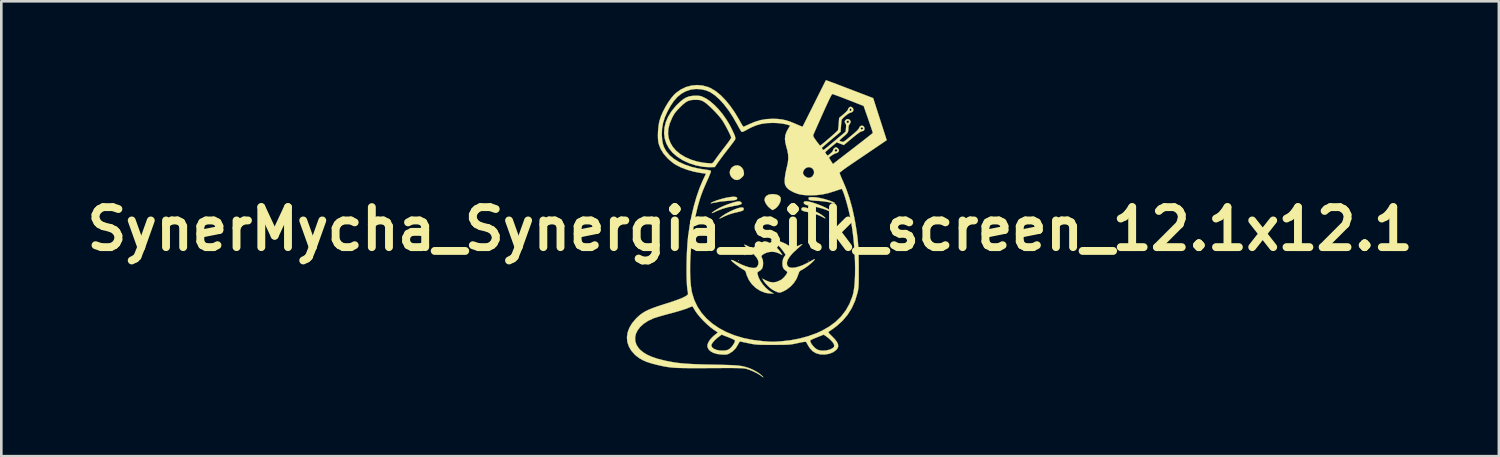
<source format=kicad_pcb>
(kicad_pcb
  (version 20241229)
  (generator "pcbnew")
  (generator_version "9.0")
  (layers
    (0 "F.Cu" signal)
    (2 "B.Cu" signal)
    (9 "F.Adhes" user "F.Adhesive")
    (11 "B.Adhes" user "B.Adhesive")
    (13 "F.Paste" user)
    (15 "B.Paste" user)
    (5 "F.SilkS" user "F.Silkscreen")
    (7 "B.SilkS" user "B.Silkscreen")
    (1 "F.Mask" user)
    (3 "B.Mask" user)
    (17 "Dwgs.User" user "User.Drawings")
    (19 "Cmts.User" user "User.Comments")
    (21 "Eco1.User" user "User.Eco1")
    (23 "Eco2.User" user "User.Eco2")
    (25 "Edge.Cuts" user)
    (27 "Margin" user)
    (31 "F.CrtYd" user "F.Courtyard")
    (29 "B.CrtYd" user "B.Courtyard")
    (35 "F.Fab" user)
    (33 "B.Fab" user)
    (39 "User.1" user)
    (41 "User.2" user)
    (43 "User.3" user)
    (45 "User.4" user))
  (footprint "SynerMycha_Synergia_silk_screen_12.1x12.1"
    (layer "F.Cu")
    (at 25.516 5.672)
    (property "Reference" "SynerMycha_Synergia_silk_screen_12.1x12.1" (at 0 0 0) (layer "F.SilkS") (effects (font (size 1.524 1.524) (thickness 0.3))))
    (attr through_hole)
    (fp_poly (pts (xy -0.423 1.196) (xy -0.434 1.206) (xy -0.445 1.196) (xy -0.434 1.185) (xy -0.423 1.196)) (stroke (width 0.01) (type solid)) (fill yes) (layer "F.SilkS"))
    (fp_poly (pts (xy -0.191 0.984) (xy -0.201 0.995) (xy -0.212 0.984) (xy -0.201 0.974) (xy -0.191 0.984)) (stroke (width 0.01) (type solid)) (fill yes) (layer "F.SilkS"))
    (fp_poly (pts (xy 2.223 1.217) (xy 2.212 1.228) (xy 2.201 1.217) (xy 2.212 1.206) (xy 2.223 1.217)) (stroke (width 0.01) (type solid)) (fill yes) (layer "F.SilkS"))
    (fp_poly (pts (xy -0.386 -2.397) (xy -0.312 -2.337) (xy -0.26 -2.253) (xy -0.238 -2.162) (xy -0.234 -2.099) (xy -0.243 -2.055) (xy -0.27 -2.013) (xy -0.31 -1.969) (xy -0.398 -1.896) (xy -0.486 -1.866) (xy -0.576 -1.878) (xy -0.635 -1.909) (xy -0.716 -1.984) (xy -0.763 -2.073) (xy -0.775 -2.166) (xy -0.755 -2.256) (xy -0.704 -2.335) (xy -0.621 -2.396) (xy -0.568 -2.416) (xy -0.474 -2.425) (xy -0.386 -2.397)) (stroke (width 0.01) (type solid)) (fill yes) (layer "F.SilkS"))
    (fp_poly (pts (xy 0.916 -1.327) (xy 1.032 -1.305) (xy 1.114 -1.262) (xy 1.16 -1.2) (xy 1.165 -1.183) (xy 1.166 -1.102) (xy 1.139 -1.008) (xy 1.088 -0.914) (xy 1.021 -0.83) (xy 0.945 -0.769) (xy 0.932 -0.763) (xy 0.851 -0.721) (xy 0.763 -0.785) (xy 0.687 -0.853) (xy 0.622 -0.936) (xy 0.574 -1.022) (xy 0.551 -1.099) (xy 0.55 -1.113) (xy 0.569 -1.198) (xy 0.623 -1.264) (xy 0.707 -1.309) (xy 0.818 -1.329) (xy 0.916 -1.327)) (stroke (width 0.01) (type solid)) (fill yes) (layer "F.SilkS"))
    (fp_poly (pts (xy -0.522 -1.214) (xy -0.499 -1.192) (xy -0.493 -1.156) (xy -0.511 -1.129) (xy -0.556 -1.108) (xy -0.632 -1.093) (xy -0.744 -1.082) (xy -0.82 -1.076) (xy -1.129 -1.046) (xy -1.417 -0.994) (xy -1.46 -0.983) (xy -1.497 -0.976) (xy -1.495 -0.985) (xy -1.473 -1.003) (xy -1.436 -1.024) (xy -1.37 -1.052) (xy -1.286 -1.084) (xy -1.24 -1.1) (xy -1.078 -1.149) (xy -0.927 -1.187) (xy -0.79 -1.213) (xy -0.674 -1.227) (xy -0.583 -1.227) (xy -0.522 -1.214)) (stroke (width 0.01) (type solid)) (fill yes) (layer "F.SilkS"))
    (fp_poly (pts (xy 2.118 -0.815) (xy 2.219 -0.784) (xy 2.336 -0.739) (xy 2.46 -0.684) (xy 2.582 -0.622) (xy 2.692 -0.559) (xy 2.781 -0.498) (xy 2.808 -0.476) (xy 2.855 -0.43) (xy 2.867 -0.408) (xy 2.847 -0.41) (xy 2.794 -0.436) (xy 2.761 -0.456) (xy 2.65 -0.511) (xy 2.508 -0.565) (xy 2.347 -0.612) (xy 2.188 -0.648) (xy 2.079 -0.671) (xy 2.007 -0.694) (xy 1.966 -0.719) (xy 1.952 -0.75) (xy 1.957 -0.781) (xy 1.98 -0.813) (xy 2.026 -0.825) (xy 2.044 -0.826) (xy 2.118 -0.815)) (stroke (width 0.01) (type solid)) (fill yes) (layer "F.SilkS"))
    (fp_poly (pts (xy 2.23 -1.045) (xy 2.36 -1.013) (xy 2.456 -0.983) (xy 2.62 -0.925) (xy 2.78 -0.858) (xy 2.925 -0.788) (xy 3.047 -0.718) (xy 3.138 -0.653) (xy 3.143 -0.648) (xy 3.191 -0.605) (xy 3.212 -0.583) (xy 3.202 -0.582) (xy 3.161 -0.602) (xy 3.085 -0.644) (xy 3.08 -0.647) (xy 2.932 -0.717) (xy 2.751 -0.781) (xy 2.546 -0.836) (xy 2.327 -0.881) (xy 2.218 -0.898) (xy 2.132 -0.919) (xy 2.071 -0.952) (xy 2.042 -0.992) (xy 2.044 -1.021) (xy 2.073 -1.049) (xy 2.135 -1.057) (xy 2.23 -1.045)) (stroke (width 0.01) (type solid)) (fill yes) (layer "F.SilkS"))
    (fp_poly (pts (xy 2.402 -1.215) (xy 2.525 -1.205) (xy 2.672 -1.179) (xy 2.829 -1.142) (xy 2.984 -1.095) (xy 3.123 -1.044) (xy 3.155 -1.03) (xy 3.213 -1.001) (xy 3.232 -0.984) (xy 3.212 -0.98) (xy 3.152 -0.989) (xy 3.052 -1.01) (xy 3.016 -1.019) (xy 2.924 -1.036) (xy 2.807 -1.052) (xy 2.68 -1.065) (xy 2.582 -1.072) (xy 2.448 -1.08) (xy 2.351 -1.089) (xy 2.285 -1.101) (xy 2.246 -1.117) (xy 2.228 -1.139) (xy 2.226 -1.168) (xy 2.226 -1.169) (xy 2.232 -1.193) (xy 2.248 -1.207) (xy 2.283 -1.214) (xy 2.346 -1.215) (xy 2.402 -1.215)) (stroke (width 0.01) (type solid)) (fill yes) (layer "F.SilkS"))
    (fp_poly (pts (xy -0.367 -1.039) (xy -0.33 -1.01) (xy -0.33 -1.009) (xy -0.32 -0.978) (xy -0.335 -0.952) (xy -0.379 -0.93) (xy -0.456 -0.909) (xy -0.569 -0.887) (xy -0.608 -0.881) (xy -0.829 -0.835) (xy -1.047 -0.773) (xy -1.245 -0.697) (xy -1.333 -0.656) (xy -1.396 -0.627) (xy -1.442 -0.609) (xy -1.46 -0.608) (xy -1.46 -0.608) (xy -1.443 -0.631) (xy -1.395 -0.667) (xy -1.324 -0.713) (xy -1.239 -0.764) (xy -1.145 -0.815) (xy -1.109 -0.833) (xy -1.01 -0.878) (xy -0.896 -0.924) (xy -0.777 -0.966) (xy -0.66 -1.004) (xy -0.556 -1.033) (xy -0.473 -1.051) (xy -0.422 -1.055) (xy -0.367 -1.039)) (stroke (width 0.01) (type solid)) (fill yes) (layer "F.SilkS"))
    (fp_poly (pts (xy -0.258 -0.808) (xy -0.244 -0.775) (xy -0.243 -0.762) (xy -0.246 -0.738) (xy -0.259 -0.718) (xy -0.287 -0.7) (xy -0.337 -0.681) (xy -0.413 -0.66) (xy -0.521 -0.634) (xy -0.603 -0.615) (xy -0.718 -0.583) (xy -0.844 -0.54) (xy -0.958 -0.493) (xy -0.97 -0.487) (xy -1.058 -0.445) (xy -1.114 -0.419) (xy -1.146 -0.407) (xy -1.161 -0.404) (xy -1.164 -0.41) (xy -1.164 -0.411) (xy -1.148 -0.427) (xy -1.107 -0.459) (xy -1.053 -0.499) (xy -0.943 -0.572) (xy -0.819 -0.641) (xy -0.691 -0.704) (xy -0.566 -0.757) (xy -0.453 -0.796) (xy -0.36 -0.819) (xy -0.302 -0.822) (xy -0.258 -0.808)) (stroke (width 0.01) (type solid)) (fill yes) (layer "F.SilkS"))
    (fp_poly (pts (xy 0.965 0.432) (xy 1.091 0.459) (xy 1.226 0.506) (xy 1.358 0.566) (xy 1.475 0.637) (xy 1.534 0.683) (xy 1.618 0.756) (xy 1.698 0.706) (xy 1.749 0.677) (xy 1.813 0.646) (xy 1.88 0.616) (xy 1.938 0.592) (xy 1.978 0.579) (xy 1.99 0.58) (xy 1.975 0.596) (xy 1.933 0.634) (xy 1.872 0.689) (xy 1.796 0.756) (xy 1.781 0.769) (xy 1.629 0.911) (xy 1.515 1.042) (xy 1.44 1.16) (xy 1.404 1.265) (xy 1.402 1.278) (xy 1.408 1.366) (xy 1.445 1.428) (xy 1.511 1.466) (xy 1.604 1.478) (xy 1.721 1.466) (xy 1.86 1.43) (xy 2.02 1.37) (xy 2.196 1.285) (xy 2.339 1.206) (xy 2.414 1.164) (xy 2.454 1.148) (xy 2.462 1.156) (xy 2.437 1.191) (xy 2.391 1.24) (xy 2.294 1.329) (xy 2.177 1.422) (xy 2.057 1.505) (xy 1.957 1.562) (xy 1.906 1.592) (xy 1.874 1.626) (xy 1.851 1.68) (xy 1.836 1.729) (xy 1.771 1.892) (xy 1.671 2.048) (xy 1.544 2.187) (xy 1.397 2.301) (xy 1.319 2.346) (xy 1.231 2.388) (xy 1.167 2.413) (xy 1.117 2.42) (xy 1.068 2.412) (xy 1.008 2.39) (xy 0.925 2.351) (xy 0.84 2.303) (xy 0.815 2.286) (xy 0.744 2.229) (xy 0.664 2.153) (xy 0.589 2.071) (xy 0.527 1.994) (xy 0.496 1.945) (xy 0.466 1.887) (xy 0.605 1.96) (xy 0.748 2.016) (xy 0.885 2.033) (xy 1.022 2.009) (xy 1.163 1.944) (xy 1.192 1.927) (xy 1.25 1.881) (xy 1.31 1.818) (xy 1.364 1.751) (xy 1.403 1.688) (xy 1.418 1.642) (xy 1.418 1.642) (xy 1.401 1.617) (xy 1.361 1.587) (xy 1.356 1.584) (xy 1.285 1.523) (xy 1.243 1.437) (xy 1.23 1.321) (xy 1.232 1.28) (xy 1.245 1.178) (xy 1.276 1.097) (xy 1.296 1.064) (xy 1.352 0.979) (xy 1.267 0.85) (xy 1.141 0.692) (xy 0.987 0.555) (xy 0.889 0.49) (xy 0.794 0.434) (xy 0.86 0.427) (xy 0.965 0.432)) (stroke (width 0.01) (type solid)) (fill yes) (layer "F.SilkS"))
    (fp_poly (pts (xy 0.589 0.473) (xy 0.642 0.487) (xy 0.668 0.495) (xy 0.801 0.554) (xy 0.934 0.644) (xy 1.058 0.757) (xy 1.161 0.881) (xy 1.191 0.929) (xy 1.229 0.993) (xy 1.11 0.931) (xy 0.97 0.879) (xy 0.82 0.864) (xy 0.673 0.885) (xy 0.577 0.922) (xy 0.495 0.966) (xy 0.448 1.003) (xy 0.431 1.038) (xy 0.441 1.079) (xy 0.455 1.106) (xy 0.484 1.185) (xy 0.495 1.285) (xy 0.49 1.389) (xy 0.468 1.478) (xy 0.459 1.498) (xy 0.413 1.555) (xy 0.353 1.6) (xy 0.346 1.604) (xy 0.298 1.631) (xy 0.28 1.659) (xy 0.282 1.705) (xy 0.283 1.714) (xy 0.32 1.838) (xy 0.387 1.971) (xy 0.478 2.104) (xy 0.586 2.228) (xy 0.703 2.333) (xy 0.794 2.394) (xy 0.9 2.455) (xy 0.783 2.453) (xy 0.694 2.447) (xy 0.604 2.433) (xy 0.57 2.425) (xy 0.385 2.352) (xy 0.217 2.245) (xy 0.073 2.108) (xy -0.043 1.945) (xy -0.126 1.764) (xy -0.15 1.686) (xy -0.169 1.623) (xy -0.198 1.583) (xy -0.248 1.549) (xy -0.275 1.534) (xy -0.33 1.502) (xy -0.403 1.454) (xy -0.483 1.396) (xy -0.563 1.335) (xy -0.634 1.278) (xy -0.686 1.232) (xy -0.709 1.207) (xy -0.719 1.181) (xy -0.702 1.175) (xy -0.656 1.19) (xy -0.578 1.227) (xy -0.504 1.266) (xy -0.338 1.349) (xy -0.179 1.413) (xy -0.035 1.458) (xy 0.086 1.48) (xy 0.124 1.482) (xy 0.193 1.478) (xy 0.237 1.462) (xy 0.271 1.429) (xy 0.274 1.426) (xy 0.308 1.357) (xy 0.318 1.295) (xy 0.313 1.234) (xy 0.296 1.174) (xy 0.263 1.112) (xy 0.212 1.042) (xy 0.138 0.96) (xy 0.04 0.862) (xy -0.088 0.744) (xy -0.134 0.702) (xy -0.184 0.653) (xy -0.216 0.616) (xy -0.224 0.598) (xy -0.2 0.601) (xy -0.15 0.62) (xy -0.081 0.652) (xy -0.061 0.662) (xy 0.089 0.739) (xy 0.199 0.656) (xy 0.282 0.599) (xy 0.378 0.544) (xy 0.432 0.517) (xy 0.501 0.486) (xy 0.547 0.472) (xy 0.589 0.473)) (stroke (width 0.01) (type solid)) (fill yes) (layer "F.SilkS"))
    (fp_poly (pts (xy -1.944 -5.073) (xy -1.876 -5.059) (xy -1.816 -5.038) (xy -1.669 -4.966) (xy -1.514 -4.858) (xy -1.355 -4.72) (xy -1.198 -4.557) (xy -1.047 -4.374) (xy -0.907 -4.177) (xy -0.782 -3.969) (xy -0.743 -3.895) (xy -0.673 -3.754) (xy -0.621 -3.644) (xy -0.586 -3.562) (xy -0.567 -3.5) (xy -0.561 -3.455) (xy -0.566 -3.42) (xy -0.573 -3.405) (xy -0.594 -3.373) (xy -0.637 -3.314) (xy -0.697 -3.234) (xy -0.769 -3.139) (xy -0.848 -3.037) (xy -0.937 -2.922) (xy -1.027 -2.804) (xy -1.111 -2.692) (xy -1.181 -2.596) (xy -1.221 -2.54) (xy -1.346 -2.36) (xy -1.504 -2.357) (xy -1.606 -2.358) (xy -1.713 -2.364) (xy -1.792 -2.371) (xy -2.064 -2.424) (xy -2.322 -2.507) (xy -2.561 -2.618) (xy -2.773 -2.753) (xy -2.953 -2.908) (xy -3.091 -3.077) (xy -3.191 -3.26) (xy -3.252 -3.454) (xy -3.273 -3.632) (xy -3.125 -3.632) (xy -3.099 -3.453) (xy -3.033 -3.279) (xy -2.948 -3.135) (xy -2.822 -2.986) (xy -2.66 -2.854) (xy -2.469 -2.739) (xy -2.253 -2.643) (xy -2.017 -2.57) (xy -1.766 -2.522) (xy -1.512 -2.5) (xy -1.474 -2.5) (xy -1.443 -2.507) (xy -1.415 -2.528) (xy -1.381 -2.567) (xy -1.334 -2.631) (xy -1.298 -2.683) (xy -1.238 -2.766) (xy -1.16 -2.871) (xy -1.073 -2.987) (xy -0.984 -3.103) (xy -0.944 -3.154) (xy -0.871 -3.25) (xy -0.807 -3.337) (xy -0.758 -3.409) (xy -0.728 -3.458) (xy -0.72 -3.477) (xy -0.73 -3.516) (xy -0.757 -3.583) (xy -0.799 -3.672) (xy -0.85 -3.773) (xy -0.906 -3.881) (xy -0.965 -3.986) (xy -1.021 -4.082) (xy -1.061 -4.144) (xy -1.129 -4.236) (xy -1.217 -4.34) (xy -1.318 -4.451) (xy -1.426 -4.562) (xy -1.533 -4.665) (xy -1.634 -4.755) (xy -1.721 -4.823) (xy -1.778 -4.859) (xy -1.841 -4.89) (xy -1.898 -4.908) (xy -1.963 -4.917) (xy -2.051 -4.92) (xy -2.085 -4.92) (xy -2.198 -4.917) (xy -2.293 -4.901) (xy -2.378 -4.871) (xy -2.463 -4.82) (xy -2.555 -4.746) (xy -2.663 -4.642) (xy -2.68 -4.626) (xy -2.77 -4.532) (xy -2.838 -4.454) (xy -2.891 -4.379) (xy -2.94 -4.294) (xy -2.971 -4.233) (xy -3.061 -4.019) (xy -3.113 -3.82) (xy -3.125 -3.632) (xy -3.273 -3.632) (xy -3.275 -3.656) (xy -3.261 -3.862) (xy -3.209 -4.072) (xy -3.12 -4.28) (xy -2.993 -4.485) (xy -2.831 -4.683) (xy -2.783 -4.732) (xy -2.656 -4.853) (xy -2.543 -4.943) (xy -2.438 -5.006) (xy -2.33 -5.047) (xy -2.214 -5.069) (xy -2.127 -5.076) (xy -2.023 -5.078) (xy -1.944 -5.073)) (stroke (width 0.01) (type solid)) (fill yes) (layer "F.SilkS"))
    (fp_poly (pts (xy 2.908 -5.661) (xy 2.964 -5.641) (xy 3.051 -5.609) (xy 3.166 -5.566) (xy 3.305 -5.514) (xy 3.463 -5.454) (xy 3.637 -5.387) (xy 3.79 -5.329) (xy 4.687 -4.985) (xy 4.944 -4.185) (xy 5.202 -3.385) (xy 4.734 -3.067) (xy 4.576 -2.96) (xy 4.401 -2.841) (xy 4.219 -2.718) (xy 4.044 -2.6) (xy 3.887 -2.493) (xy 3.837 -2.459) (xy 3.709 -2.371) (xy 3.599 -2.293) (xy 3.51 -2.227) (xy 3.446 -2.177) (xy 3.413 -2.145) (xy 3.408 -2.136) (xy 3.417 -2.106) (xy 3.44 -2.045) (xy 3.474 -1.962) (xy 3.517 -1.864) (xy 3.533 -1.83) (xy 3.667 -1.51) (xy 3.782 -1.178) (xy 3.881 -0.826) (xy 3.966 -0.445) (xy 4.009 -0.212) (xy 4.042 -0.011) (xy 4.069 0.171) (xy 4.091 0.341) (xy 4.107 0.508) (xy 4.119 0.68) (xy 4.128 0.866) (xy 4.133 1.072) (xy 4.136 1.307) (xy 4.137 1.482) (xy 4.137 1.681) (xy 4.137 1.844) (xy 4.136 1.975) (xy 4.134 2.079) (xy 4.131 2.163) (xy 4.126 2.23) (xy 4.119 2.286) (xy 4.11 2.338) (xy 4.099 2.389) (xy 4.088 2.434) (xy 3.995 2.739) (xy 3.869 3.015) (xy 3.712 3.265) (xy 3.52 3.492) (xy 3.292 3.698) (xy 3.165 3.793) (xy 3.093 3.843) (xy 3.033 3.885) (xy 2.994 3.911) (xy 2.987 3.915) (xy 2.981 3.931) (xy 3 3.962) (xy 3.046 4.014) (xy 3.118 4.084) (xy 3.232 4.202) (xy 3.309 4.304) (xy 3.349 4.395) (xy 3.354 4.476) (xy 3.324 4.551) (xy 3.275 4.61) (xy 3.156 4.695) (xy 3.009 4.752) (xy 2.837 4.779) (xy 2.834 4.779) (xy 2.661 4.772) (xy 2.511 4.73) (xy 2.381 4.651) (xy 2.272 4.534) (xy 2.204 4.426) (xy 2.168 4.361) (xy 2.138 4.311) (xy 2.121 4.289) (xy 2.121 4.289) (xy 2.096 4.29) (xy 2.038 4.299) (xy 1.953 4.315) (xy 1.851 4.336) (xy 1.81 4.345) (xy 1.724 4.363) (xy 1.652 4.378) (xy 1.585 4.389) (xy 1.518 4.397) (xy 1.445 4.403) (xy 1.357 4.407) (xy 1.249 4.409) (xy 1.115 4.41) (xy 0.947 4.411) (xy 0.878 4.411) (xy 0.696 4.411) (xy 0.549 4.41) (xy 0.431 4.409) (xy 0.335 4.406) (xy 0.256 4.401) (xy 0.185 4.394) (xy 0.118 4.384) (xy 0.046 4.371) (xy -0.037 4.354) (xy -0.042 4.353) (xy -0.15 4.331) (xy -0.244 4.311) (xy -0.317 4.295) (xy -0.36 4.285) (xy -0.365 4.284) (xy -0.39 4.287) (xy -0.418 4.317) (xy -0.452 4.381) (xy -0.46 4.396) (xy -0.546 4.537) (xy -0.66 4.654) (xy -0.791 4.74) (xy -0.791 4.74) (xy -0.845 4.764) (xy -0.896 4.777) (xy -0.956 4.783) (xy -1.038 4.781) (xy -1.087 4.779) (xy -1.256 4.758) (xy -1.398 4.716) (xy -1.508 4.655) (xy -1.585 4.577) (xy -1.622 4.494) (xy -1.623 4.438) (xy -1.478 4.438) (xy -1.45 4.503) (xy -1.386 4.557) (xy -1.293 4.599) (xy -1.177 4.624) (xy -1.044 4.631) (xy -1.036 4.63) (xy -0.944 4.625) (xy -0.878 4.612) (xy -0.824 4.589) (xy -0.787 4.567) (xy -0.732 4.519) (xy -0.674 4.451) (xy -0.623 4.376) (xy -0.586 4.306) (xy -0.572 4.253) (xy -0.589 4.231) (xy -0.644 4.199) (xy -0.736 4.158) (xy -0.828 4.121) (xy -1.084 4.022) (xy -1.184 4.095) (xy -1.282 4.173) (xy -1.365 4.254) (xy -1.429 4.33) (xy -1.468 4.395) (xy -1.478 4.438) (xy -1.623 4.438) (xy -1.623 4.407) (xy -1.587 4.309) (xy -1.517 4.203) (xy -1.415 4.094) (xy -1.329 4.02) (xy -1.226 3.939) (xy -1.391 3.829) (xy -1.513 3.738) (xy -1.645 3.623) (xy -1.778 3.494) (xy -1.902 3.36) (xy -2.009 3.231) (xy -2.085 3.122) (xy -2.13 3.048) (xy -2.167 2.988) (xy -2.189 2.952) (xy -2.194 2.945) (xy -2.215 2.949) (xy -2.265 2.967) (xy -2.336 2.995) (xy -2.378 3.013) (xy -2.451 3.041) (xy -2.557 3.076) (xy -2.686 3.116) (xy -2.83 3.158) (xy -2.981 3.2) (xy -3.049 3.217) (xy -3.197 3.257) (xy -3.342 3.297) (xy -3.475 3.336) (xy -3.586 3.37) (xy -3.669 3.397) (xy -3.697 3.408) (xy -3.89 3.5) (xy -4.053 3.607) (xy -4.184 3.727) (xy -4.283 3.856) (xy -4.349 3.992) (xy -4.379 4.131) (xy -4.373 4.27) (xy -4.329 4.405) (xy -4.246 4.535) (xy -4.193 4.593) (xy -4.071 4.695) (xy -3.923 4.786) (xy -3.745 4.866) (xy -3.533 4.938) (xy -3.283 5.002) (xy -3.183 5.024) (xy -3.048 5.051) (xy -2.917 5.074) (xy -2.785 5.094) (xy -2.647 5.11) (xy -2.497 5.124) (xy -2.33 5.135) (xy -2.142 5.145) (xy -1.926 5.153) (xy -1.678 5.16) (xy -1.418 5.165) (xy -1.177 5.17) (xy -0.974 5.175) (xy -0.803 5.18) (xy -0.662 5.186) (xy -0.544 5.193) (xy -0.445 5.202) (xy -0.361 5.213) (xy -0.287 5.225) (xy -0.218 5.241) (xy -0.151 5.26) (xy -0.079 5.282) (xy -0.075 5.284) (xy 0.057 5.335) (xy 0.193 5.404) (xy 0.319 5.48) (xy 0.418 5.557) (xy 0.42 5.559) (xy 0.478 5.614) (xy 0.503 5.643) (xy 0.497 5.645) (xy 0.459 5.619) (xy 0.413 5.585) (xy 0.325 5.527) (xy 0.211 5.465) (xy 0.083 5.406) (xy -0.043 5.356) (xy -0.146 5.324) (xy -0.178 5.316) (xy -0.216 5.31) (xy -0.262 5.305) (xy -0.321 5.301) (xy -0.396 5.298) (xy -0.49 5.296) (xy -0.606 5.294) (xy -0.749 5.293) (xy -0.922 5.293) (xy -1.127 5.294) (xy -1.37 5.295) (xy -1.543 5.296) (xy -1.827 5.297) (xy -2.073 5.298) (xy -2.285 5.297) (xy -2.468 5.296) (xy -2.625 5.293) (xy -2.761 5.289) (xy -2.88 5.282) (xy -2.987 5.274) (xy -3.085 5.262) (xy -3.179 5.249) (xy -3.272 5.232) (xy -3.37 5.212) (xy -3.476 5.188) (xy -3.535 5.175) (xy -3.752 5.119) (xy -3.935 5.06) (xy -4.089 4.993) (xy -4.223 4.916) (xy -4.343 4.825) (xy -4.388 4.785) (xy -4.524 4.633) (xy -4.619 4.47) (xy -4.675 4.3) (xy -4.69 4.125) (xy -4.666 3.947) (xy -4.601 3.768) (xy -4.497 3.592) (xy -4.354 3.42) (xy -4.331 3.397) (xy -4.248 3.319) (xy -4.167 3.251) (xy -4.08 3.19) (xy -3.984 3.133) (xy -3.874 3.079) (xy -3.743 3.024) (xy -3.587 2.967) (xy -3.401 2.904) (xy -3.18 2.834) (xy -3.151 2.825) (xy -2.93 2.753) (xy -2.742 2.686) (xy -2.591 2.626) (xy -2.477 2.571) (xy -2.402 2.524) (xy -2.386 2.51) (xy -2.366 2.476) (xy -2.367 2.426) (xy -2.372 2.398) (xy -2.389 2.299) (xy -2.402 2.165) (xy -2.412 2) (xy -2.418 1.812) (xy -2.42 1.606) (xy -2.419 1.388) (xy -2.415 1.164) (xy -2.408 0.94) (xy -2.397 0.723) (xy -2.383 0.519) (xy -2.366 0.333) (xy -2.36 0.286) (xy -2.305 -0.107) (xy -2.232 -0.494) (xy -2.143 -0.869) (xy -2.041 -1.224) (xy -1.927 -1.553) (xy -1.803 -1.847) (xy -1.791 -1.873) (xy -1.679 -2.108) (xy -1.861 -2.133) (xy -2.134 -2.183) (xy -2.398 -2.258) (xy -2.644 -2.352) (xy -2.836 -2.45) (xy -2.911 -2.499) (xy -3.001 -2.57) (xy -3.092 -2.649) (xy -3.145 -2.699) (xy -3.298 -2.874) (xy -3.41 -3.057) (xy -3.481 -3.248) (xy -3.495 -3.313) (xy -3.507 -3.425) (xy -3.511 -3.564) (xy -3.51 -3.601) (xy -3.362 -3.601) (xy -3.36 -3.542) (xy -3.347 -3.376) (xy -3.321 -3.238) (xy -3.279 -3.117) (xy -3.216 -3) (xy -3.185 -2.953) (xy -3.06 -2.805) (xy -2.899 -2.671) (xy -2.704 -2.552) (xy -2.479 -2.45) (xy -2.228 -2.365) (xy -1.953 -2.301) (xy -1.718 -2.265) (xy -1.612 -2.25) (xy -1.536 -2.233) (xy -1.495 -2.218) (xy -1.489 -2.212) (xy -1.494 -2.185) (xy -1.515 -2.126) (xy -1.548 -2.042) (xy -1.591 -1.94) (xy -1.637 -1.839) (xy -1.728 -1.634) (xy -1.803 -1.453) (xy -1.866 -1.286) (xy -1.921 -1.119) (xy -1.972 -0.941) (xy -2.001 -0.836) (xy -2.067 -0.553) (xy -2.126 -0.252) (xy -2.176 0.063) (xy -2.217 0.385) (xy -2.249 0.709) (xy -2.271 1.029) (xy -2.284 1.339) (xy -2.285 1.633) (xy -2.276 1.906) (xy -2.256 2.151) (xy -2.225 2.364) (xy -2.211 2.429) (xy -2.127 2.701) (xy -2.006 2.956) (xy -1.85 3.192) (xy -1.659 3.408) (xy -1.436 3.603) (xy -1.182 3.776) (xy -0.899 3.926) (xy -0.588 4.052) (xy -0.252 4.152) (xy 0.109 4.225) (xy 0.492 4.271) (xy 0.529 4.274) (xy 0.658 4.284) (xy 0.757 4.29) (xy 0.839 4.292) (xy 0.917 4.292) (xy 1.004 4.288) (xy 1.111 4.281) (xy 1.195 4.275) (xy 1.247 4.269) (xy 2.29 4.269) (xy 2.308 4.325) (xy 2.348 4.391) (xy 2.403 4.46) (xy 2.467 4.525) (xy 2.535 4.577) (xy 2.572 4.597) (xy 2.665 4.624) (xy 2.781 4.632) (xy 2.904 4.623) (xy 3.02 4.596) (xy 3.076 4.574) (xy 3.156 4.528) (xy 3.197 4.483) (xy 3.204 4.43) (xy 3.184 4.37) (xy 3.14 4.305) (xy 3.069 4.228) (xy 2.98 4.148) (xy 2.881 4.074) (xy 2.878 4.072) (xy 2.803 4.022) (xy 2.561 4.118) (xy 2.466 4.156) (xy 2.385 4.191) (xy 2.327 4.217) (xy 2.299 4.233) (xy 2.299 4.233) (xy 2.29 4.269) (xy 1.247 4.269) (xy 1.541 4.236) (xy 1.885 4.17) (xy 2.217 4.08) (xy 2.527 3.969) (xy 2.739 3.872) (xy 3.019 3.712) (xy 3.262 3.53) (xy 3.47 3.326) (xy 3.645 3.098) (xy 3.787 2.844) (xy 3.897 2.564) (xy 3.905 2.54) (xy 3.94 2.395) (xy 3.967 2.213) (xy 3.986 2) (xy 3.997 1.761) (xy 4 1.502) (xy 3.995 1.226) (xy 3.983 0.941) (xy 3.963 0.65) (xy 3.936 0.358) (xy 3.902 0.072) (xy 3.86 -0.204) (xy 3.841 -0.31) (xy 3.812 -0.46) (xy 3.777 -0.618) (xy 3.738 -0.778) (xy 3.697 -0.935) (xy 3.655 -1.084) (xy 3.614 -1.22) (xy 3.575 -1.338) (xy 3.539 -1.432) (xy 3.51 -1.497) (xy 3.487 -1.528) (xy 3.48 -1.529) (xy 3.453 -1.521) (xy 3.395 -1.501) (xy 3.314 -1.474) (xy 3.218 -1.441) (xy 3.213 -1.44) (xy 2.98 -1.368) (xy 2.763 -1.32) (xy 2.548 -1.293) (xy 2.317 -1.284) (xy 2.297 -1.284) (xy 2.117 -1.289) (xy 1.967 -1.305) (xy 1.833 -1.335) (xy 1.703 -1.381) (xy 1.619 -1.419) (xy 1.482 -1.499) (xy 1.387 -1.588) (xy 1.333 -1.686) (xy 1.317 -1.779) (xy 1.319 -1.906) (xy 1.338 -2.062) (xy 1.358 -2.165) (xy 2.014 -2.165) (xy 2.021 -2.096) (xy 2.067 -2.03) (xy 2.086 -2.013) (xy 2.171 -1.959) (xy 2.253 -1.947) (xy 2.332 -1.976) (xy 2.372 -2.009) (xy 2.423 -2.085) (xy 2.437 -2.167) (xy 2.418 -2.246) (xy 2.368 -2.311) (xy 2.297 -2.349) (xy 2.211 -2.357) (xy 2.128 -2.328) (xy 2.061 -2.266) (xy 2.047 -2.245) (xy 2.014 -2.165) (xy 1.358 -2.165) (xy 1.373 -2.242) (xy 1.397 -2.339) (xy 1.437 -2.522) (xy 1.454 -2.684) (xy 1.448 -2.839) (xy 1.417 -3.003) (xy 1.384 -3.122) (xy 1.342 -3.291) (xy 1.327 -3.436) (xy 1.341 -3.569) (xy 1.342 -3.572) (xy 2.401 -3.572) (xy 2.406 -3.538) (xy 2.437 -3.477) (xy 2.496 -3.39) (xy 2.521 -3.355) (xy 2.577 -3.281) (xy 2.623 -3.222) (xy 2.655 -3.185) (xy 2.666 -3.175) (xy 2.688 -3.189) (xy 2.736 -3.225) (xy 2.803 -3.28) (xy 2.885 -3.348) (xy 2.974 -3.424) (xy 3.065 -3.503) (xy 3.153 -3.58) (xy 3.23 -3.649) (xy 3.293 -3.707) (xy 3.333 -3.747) (xy 3.347 -3.763) (xy 3.354 -3.799) (xy 3.362 -3.866) (xy 3.371 -3.953) (xy 3.376 -4.015) (xy 3.391 -4.23) (xy 3.558 -4.37) (xy 3.628 -4.432) (xy 3.684 -4.487) (xy 3.718 -4.528) (xy 3.725 -4.545) (xy 3.726 -4.546) (xy 3.787 -4.546) (xy 3.797 -4.509) (xy 3.803 -4.501) (xy 3.833 -4.492) (xy 3.857 -4.515) (xy 3.863 -4.542) (xy 3.846 -4.578) (xy 3.826 -4.589) (xy 3.798 -4.579) (xy 3.787 -4.546) (xy 3.726 -4.546) (xy 3.741 -4.591) (xy 3.778 -4.634) (xy 3.822 -4.656) (xy 3.827 -4.657) (xy 3.877 -4.639) (xy 3.919 -4.595) (xy 3.937 -4.542) (xy 3.937 -4.54) (xy 3.918 -4.482) (xy 3.866 -4.444) (xy 3.821 -4.433) (xy 3.778 -4.416) (xy 3.717 -4.378) (xy 3.647 -4.325) (xy 3.58 -4.268) (xy 3.524 -4.213) (xy 3.49 -4.17) (xy 3.486 -4.159) (xy 3.479 -4.12) (xy 3.472 -4.051) (xy 3.464 -3.963) (xy 3.46 -3.909) (xy 3.445 -3.702) (xy 3.088 -3.401) (xy 2.984 -3.314) (xy 2.892 -3.235) (xy 2.816 -3.169) (xy 2.762 -3.121) (xy 2.734 -3.093) (xy 2.731 -3.089) (xy 2.742 -3.065) (xy 2.759 -3.038) (xy 2.768 -3.025) (xy 2.774 -3.015) (xy 2.783 -3.01) (xy 2.798 -3.014) (xy 2.823 -3.029) (xy 2.86 -3.056) (xy 2.915 -3.1) (xy 2.99 -3.162) (xy 3.089 -3.245) (xy 3.216 -3.352) (xy 3.264 -3.393) (xy 3.638 -3.706) (xy 3.652 -3.84) (xy 3.658 -3.923) (xy 3.653 -3.978) (xy 3.636 -4.02) (xy 3.63 -4.03) (xy 3.606 -4.072) (xy 3.607 -4.083) (xy 3.669 -4.083) (xy 3.683 -4.054) (xy 3.719 -4.034) (xy 3.753 -4.048) (xy 3.768 -4.087) (xy 3.752 -4.121) (xy 3.727 -4.128) (xy 3.682 -4.115) (xy 3.669 -4.083) (xy 3.607 -4.083) (xy 3.608 -4.104) (xy 3.628 -4.138) (xy 3.677 -4.182) (xy 3.737 -4.187) (xy 3.792 -4.156) (xy 3.827 -4.104) (xy 3.82 -4.047) (xy 3.789 -4) (xy 3.756 -3.936) (xy 3.746 -3.876) (xy 3.743 -3.784) (xy 3.731 -3.716) (xy 3.704 -3.659) (xy 3.655 -3.603) (xy 3.579 -3.536) (xy 3.554 -3.515) (xy 3.486 -3.457) (xy 3.434 -3.408) (xy 3.406 -3.375) (xy 3.403 -3.364) (xy 3.432 -3.348) (xy 3.482 -3.329) (xy 3.487 -3.327) (xy 3.512 -3.32) (xy 3.536 -3.319) (xy 3.564 -3.328) (xy 3.601 -3.351) (xy 3.654 -3.389) (xy 3.726 -3.448) (xy 3.825 -3.53) (xy 3.846 -3.547) (xy 3.964 -3.647) (xy 4.051 -3.725) (xy 4.11 -3.785) (xy 4.144 -3.829) (xy 4.145 -3.831) (xy 4.212 -3.831) (xy 4.222 -3.797) (xy 4.258 -3.792) (xy 4.26 -3.793) (xy 4.297 -3.81) (xy 4.307 -3.831) (xy 4.289 -3.859) (xy 4.26 -3.87) (xy 4.223 -3.866) (xy 4.212 -3.833) (xy 4.212 -3.831) (xy 4.145 -3.831) (xy 4.154 -3.853) (xy 4.185 -3.907) (xy 4.233 -3.934) (xy 4.286 -3.932) (xy 4.331 -3.904) (xy 4.356 -3.849) (xy 4.357 -3.844) (xy 4.349 -3.777) (xy 4.309 -3.736) (xy 4.257 -3.725) (xy 4.223 -3.714) (xy 4.168 -3.682) (xy 4.091 -3.626) (xy 3.987 -3.545) (xy 3.885 -3.462) (xy 3.569 -3.199) (xy 3.434 -3.251) (xy 3.298 -3.302) (xy 3.078 -3.119) (xy 2.997 -3.051) (xy 2.929 -2.991) (xy 2.881 -2.947) (xy 2.859 -2.922) (xy 2.857 -2.919) (xy 2.87 -2.893) (xy 2.901 -2.852) (xy 2.905 -2.847) (xy 2.953 -2.791) (xy 3.053 -2.87) (xy 3.108 -2.919) (xy 3.144 -2.963) (xy 3.154 -2.987) (xy 3.156 -2.995) (xy 3.221 -2.995) (xy 3.235 -2.96) (xy 3.268 -2.945) (xy 3.275 -2.946) (xy 3.311 -2.971) (xy 3.319 -2.99) (xy 3.31 -3.026) (xy 3.277 -3.044) (xy 3.24 -3.036) (xy 3.234 -3.031) (xy 3.221 -2.995) (xy 3.156 -2.995) (xy 3.17 -3.034) (xy 3.208 -3.08) (xy 3.254 -3.108) (xy 3.27 -3.111) (xy 3.311 -3.096) (xy 3.353 -3.059) (xy 3.382 -3.017) (xy 3.387 -2.999) (xy 3.368 -2.946) (xy 3.323 -2.904) (xy 3.272 -2.888) (xy 3.235 -2.877) (xy 3.18 -2.848) (xy 3.118 -2.81) (xy 3.061 -2.771) (xy 3.02 -2.737) (xy 3.006 -2.717) (xy 3.016 -2.695) (xy 3.044 -2.649) (xy 3.08 -2.591) (xy 3.154 -2.475) (xy 3.329 -2.61) (xy 3.388 -2.656) (xy 3.475 -2.724) (xy 3.585 -2.809) (xy 3.712 -2.907) (xy 3.851 -3.014) (xy 3.995 -3.125) (xy 4.085 -3.195) (xy 4.221 -3.3) (xy 4.347 -3.398) (xy 4.457 -3.484) (xy 4.549 -3.557) (xy 4.618 -3.612) (xy 4.66 -3.647) (xy 4.673 -3.659) (xy 4.668 -3.682) (xy 4.65 -3.74) (xy 4.622 -3.826) (xy 4.585 -3.936) (xy 4.542 -4.064) (xy 4.501 -4.181) (xy 4.324 -4.688) (xy 3.744 -4.915) (xy 3.596 -4.972) (xy 3.459 -5.025) (xy 3.339 -5.07) (xy 3.242 -5.105) (xy 3.173 -5.13) (xy 3.136 -5.142) (xy 3.132 -5.142) (xy 3.116 -5.128) (xy 3.088 -5.082) (xy 3.047 -5.004) (xy 2.993 -4.892) (xy 2.924 -4.745) (xy 2.84 -4.561) (xy 2.757 -4.376) (xy 2.681 -4.206) (xy 2.611 -4.048) (xy 2.547 -3.905) (xy 2.493 -3.782) (xy 2.449 -3.683) (xy 2.419 -3.613) (xy 2.403 -3.576) (xy 2.401 -3.572) (xy 1.342 -3.572) (xy 1.386 -3.7) (xy 1.462 -3.838) (xy 1.482 -3.868) (xy 1.528 -3.937) (xy 1.475 -3.957) (xy 1.361 -3.99) (xy 1.216 -4.017) (xy 1.054 -4.035) (xy 0.885 -4.042) (xy 0.853 -4.042) (xy 0.621 -4.033) (xy 0.414 -4.001) (xy 0.219 -3.944) (xy 0.022 -3.859) (xy -0.112 -3.787) (xy -0.201 -3.739) (xy -0.26 -3.71) (xy -0.298 -3.698) (xy -0.322 -3.701) (xy -0.33 -3.708) (xy -0.35 -3.736) (xy -0.385 -3.794) (xy -0.431 -3.874) (xy -0.482 -3.966) (xy -0.489 -3.979) (xy -0.653 -4.266) (xy -0.822 -4.523) (xy -0.994 -4.748) (xy -1.167 -4.938) (xy -1.338 -5.091) (xy -1.506 -5.205) (xy -1.52 -5.214) (xy -1.685 -5.282) (xy -1.869 -5.323) (xy -2.059 -5.334) (xy -2.241 -5.313) (xy -2.283 -5.303) (xy -2.461 -5.241) (xy -2.622 -5.151) (xy -2.769 -5.03) (xy -2.905 -4.876) (xy -3.034 -4.685) (xy -3.148 -4.476) (xy -3.249 -4.25) (xy -3.316 -4.036) (xy -3.353 -3.824) (xy -3.362 -3.601) (xy -3.51 -3.601) (xy -3.506 -3.718) (xy -3.493 -3.874) (xy -3.473 -4.016) (xy -3.452 -4.117) (xy -3.397 -4.286) (xy -3.319 -4.467) (xy -3.224 -4.649) (xy -3.118 -4.824) (xy -3.006 -4.982) (xy -2.894 -5.114) (xy -2.824 -5.181) (xy -2.641 -5.312) (xy -2.442 -5.407) (xy -2.233 -5.464) (xy -2.018 -5.483) (xy -1.804 -5.464) (xy -1.594 -5.405) (xy -1.484 -5.356) (xy -1.304 -5.246) (xy -1.121 -5.096) (xy -0.939 -4.91) (xy -0.759 -4.69) (xy -0.584 -4.44) (xy -0.417 -4.162) (xy -0.384 -4.101) (xy -0.338 -4.018) (xy -0.297 -3.951) (xy -0.268 -3.908) (xy -0.255 -3.895) (xy -0.23 -3.903) (xy -0.176 -3.926) (xy -0.101 -3.96) (xy -0.035 -3.991) (xy 0.189 -4.085) (xy 0.402 -4.149) (xy 0.619 -4.186) (xy 0.855 -4.198) (xy 0.857 -4.198) (xy 1.04 -4.193) (xy 1.204 -4.175) (xy 1.362 -4.141) (xy 1.527 -4.089) (xy 1.71 -4.014) (xy 1.747 -3.998) (xy 1.84 -3.958) (xy 1.918 -3.926) (xy 1.973 -3.904) (xy 1.998 -3.897) (xy 1.999 -3.897) (xy 2.01 -3.917) (xy 2.037 -3.971) (xy 2.08 -4.056) (xy 2.136 -4.167) (xy 2.203 -4.301) (xy 2.28 -4.454) (xy 2.364 -4.622) (xy 2.445 -4.784) (xy 2.534 -4.962) (xy 2.617 -5.129) (xy 2.693 -5.28) (xy 2.759 -5.411) (xy 2.813 -5.519) (xy 2.854 -5.601) (xy 2.88 -5.651) (xy 2.888 -5.667) (xy 2.908 -5.661)) (stroke (width 0.01) (type solid)) (fill yes) (layer "F.SilkS")))
  (gr_rect
    (start -3 -3)
    (end 54.032 14.322)
    (stroke (width 0.1) (type default))
    (fill no)
    (layer "Edge.Cuts")))
</source>
